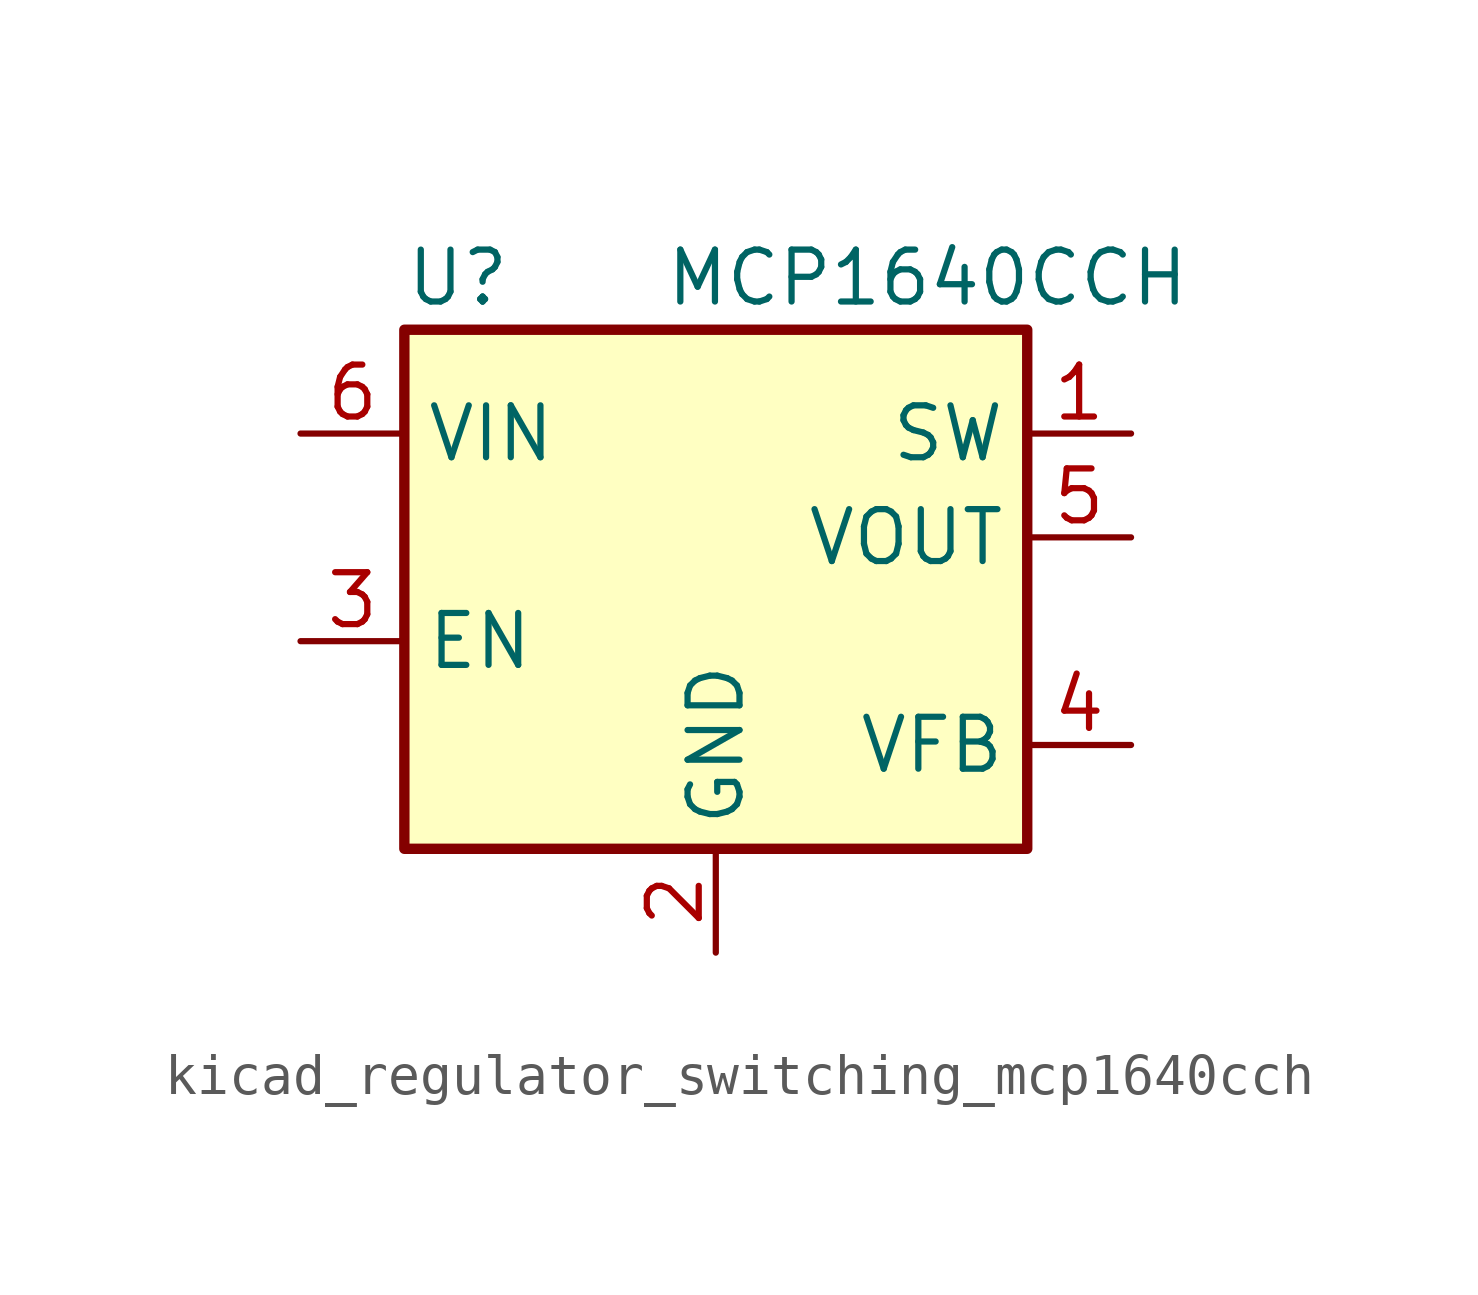
<source format=kicad_sym>
(kicad_symbol_lib
  (version 20220914)
  (generator kicad_symbol_editor)
  (symbol "kicad_regulator_switching_mcp1640cch"
    (property "Reference" "U"
      (at -7.62 8.89 0)
      (effects (font (size 1.27 1.27)) (justify left)))
    (property "Value" "MCP1640CCH"
      (at -1.27 8.89 0)
      (effects (font (size 1.27 1.27)) (justify left)))
    (symbol "kicad_regulator_switching_mcp1640cch_0_1"
      (rectangle (start -7.62 7.62) (end 7.62 -5.08) (stroke (width 0.254) (type default)) (fill (type background))))
    (symbol "kicad_regulator_switching_mcp1640cch_1_1"
      (pin input line (at 10.16 5.08 180) (length 2.54) (name "SW" (effects (font (size 1.27 1.27)))) (number "1" (effects (font (size 1.27 1.27)))))
      (pin power_in line (at 0 -7.62 90) (length 2.54) (name "GND" (effects (font (size 1.27 1.27)))) (number "2" (effects (font (size 1.27 1.27)))))
      (pin input line (at -10.16 0 0) (length 2.54) (name "EN" (effects (font (size 1.27 1.27)))) (number "3" (effects (font (size 1.27 1.27)))))
      (pin input line (at 10.16 -2.54 180) (length 2.54) (name "VFB" (effects (font (size 1.27 1.27)))) (number "4" (effects (font (size 1.27 1.27)))))
      (pin power_out line (at 10.16 2.54 180) (length 2.54) (name "VOUT" (effects (font (size 1.27 1.27)))) (number "5" (effects (font (size 1.27 1.27)))))
      (pin power_in line (at -10.16 5.08 0) (length 2.54) (name "VIN" (effects (font (size 1.27 1.27)))) (number "6" (effects (font (size 1.27 1.27))))))))
</source>
